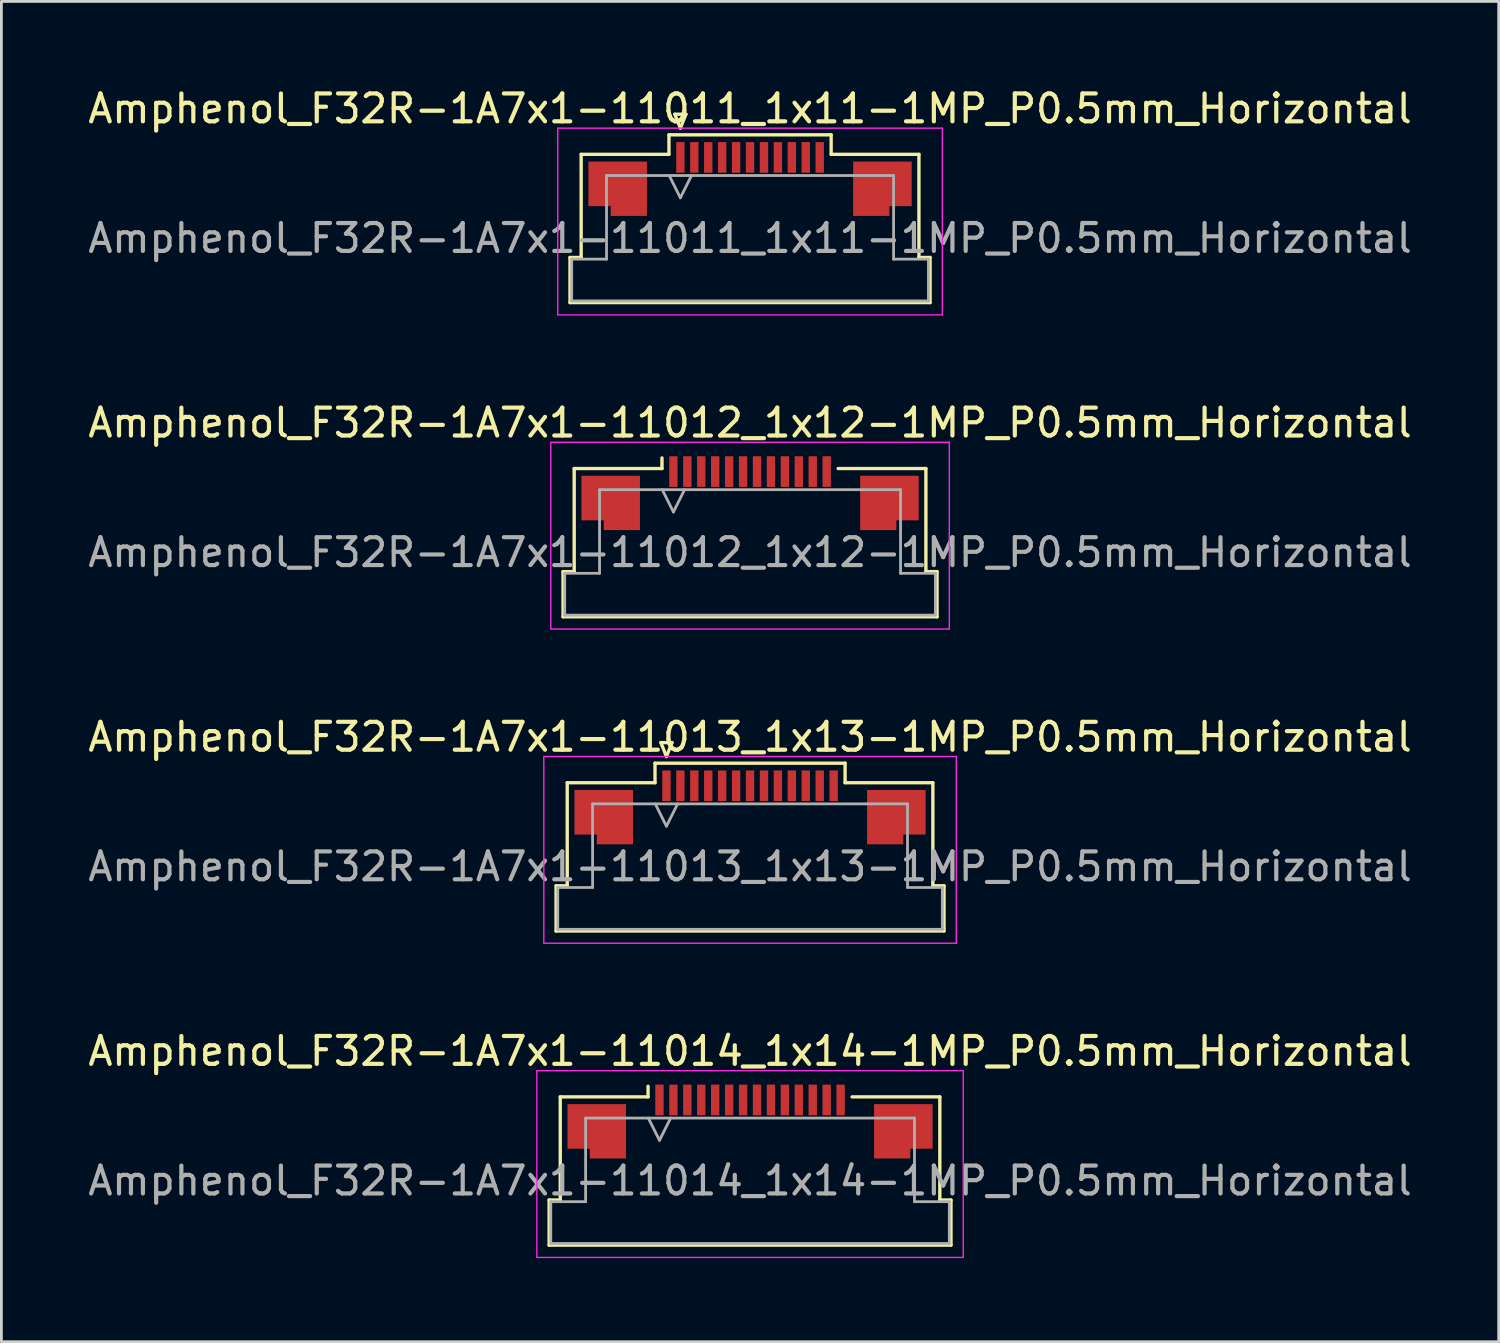
<source format=kicad_pcb>
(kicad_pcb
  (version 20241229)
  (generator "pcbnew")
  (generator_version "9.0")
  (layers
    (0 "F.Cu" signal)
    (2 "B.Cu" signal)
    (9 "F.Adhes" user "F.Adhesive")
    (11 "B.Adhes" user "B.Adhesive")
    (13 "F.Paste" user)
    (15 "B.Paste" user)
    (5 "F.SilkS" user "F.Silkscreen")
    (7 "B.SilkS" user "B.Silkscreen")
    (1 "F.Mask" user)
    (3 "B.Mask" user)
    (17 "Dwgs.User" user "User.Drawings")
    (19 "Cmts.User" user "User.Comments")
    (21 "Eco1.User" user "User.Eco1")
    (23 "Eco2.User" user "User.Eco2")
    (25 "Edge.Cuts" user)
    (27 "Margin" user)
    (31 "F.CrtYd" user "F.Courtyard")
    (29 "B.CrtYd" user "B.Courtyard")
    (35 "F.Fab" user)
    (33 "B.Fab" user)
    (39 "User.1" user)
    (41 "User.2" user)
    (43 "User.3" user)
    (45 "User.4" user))
  (footprint "Amphenol_F32R-1A7x1-11012_1x12-1MP_P0.5mm_Horizontal"
    (layer "F.Cu")
    (at 23.863 16.771)
    (property "Reference" "Amphenol_F32R-1A7x1-11012_1x12-1MP_P0.5mm_Horizontal" (at 0 -4.65 0) (layer "F.SilkS") (effects (font (size 1 1) (thickness 0.15))))
    (attr smd)
    (fp_line (start -6.71 0.69) (end -6.31 0.69) (stroke (width 0.12) (type solid)) (layer "F.SilkS"))
    (fp_line (start -6.71 2.31) (end -6.71 0.69) (stroke (width 0.12) (type solid)) (layer "F.SilkS"))
    (fp_line (start -6.31 -3.01) (end -3.16 -3.01) (stroke (width 0.12) (type solid)) (layer "F.SilkS"))
    (fp_line (start -6.31 0.69) (end -6.31 -3.01) (stroke (width 0.12) (type solid)) (layer "F.SilkS"))
    (fp_line (start -3.16 -3.01) (end -3.16 -3.39) (stroke (width 0.12) (type solid)) (layer "F.SilkS"))
    (fp_line (start 3.16 -3.01) (end 6.31 -3.01) (stroke (width 0.12) (type solid)) (layer "F.SilkS"))
    (fp_line (start 6.31 -3.01) (end 6.31 0.69) (stroke (width 0.12) (type solid)) (layer "F.SilkS"))
    (fp_line (start 6.31 0.69) (end 6.71 0.69) (stroke (width 0.12) (type solid)) (layer "F.SilkS"))
    (fp_line (start 6.71 0.69) (end 6.71 2.31) (stroke (width 0.12) (type solid)) (layer "F.SilkS"))
    (fp_line (start 6.71 2.31) (end -6.71 2.31) (stroke (width 0.12) (type solid)) (layer "F.SilkS"))
    (fp_line (start -7.15 -3.95) (end -7.15 2.75) (stroke (width 0.05) (type solid)) (layer "F.CrtYd"))
    (fp_line (start -7.15 2.75) (end 7.15 2.75) (stroke (width 0.05) (type solid)) (layer "F.CrtYd"))
    (fp_line (start 7.15 -3.95) (end -7.15 -3.95) (stroke (width 0.05) (type solid)) (layer "F.CrtYd"))
    (fp_line (start 7.15 2.75) (end 7.15 -3.95) (stroke (width 0.05) (type solid)) (layer "F.CrtYd"))
    (fp_line (start -6.65 0.75) (end -5.4 0.75) (stroke (width 0.1) (type solid)) (layer "F.Fab"))
    (fp_line (start -6.65 2.25) (end -6.65 0.75) (stroke (width 0.1) (type solid)) (layer "F.Fab"))
    (fp_line (start -5.4 -2.25) (end 5.4 -2.25) (stroke (width 0.1) (type solid)) (layer "F.Fab"))
    (fp_line (start -5.4 0.75) (end -5.4 -2.25) (stroke (width 0.1) (type solid)) (layer "F.Fab"))
    (fp_line (start -3.15 -2.25) (end -2.75 -1.45) (stroke (width 0.1) (type solid)) (layer "F.Fab"))
    (fp_line (start -2.75 -1.45) (end -2.35 -2.25) (stroke (width 0.1) (type solid)) (layer "F.Fab"))
    (fp_line (start 5.4 -2.25) (end 5.4 0.75) (stroke (width 0.1) (type solid)) (layer "F.Fab"))
    (fp_line (start 5.4 0.75) (end 6.65 0.75) (stroke (width 0.1) (type solid)) (layer "F.Fab"))
    (fp_line (start 6.65 0.75) (end 6.65 2.25) (stroke (width 0.1) (type solid)) (layer "F.Fab"))
    (fp_line (start 6.65 2.25) (end -6.65 2.25) (stroke (width 0.1) (type solid)) (layer "F.Fab"))
    (fp_text user "${REFERENCE}" (at 0 0 0) (layer "F.Fab") (effects (font (size 1 1) (thickness 0.15))))
    (pad "1" smd rect (at -2.75 -2.9) (size 0.3 1.1) (layers "F.Cu" "F.Mask" "F.Paste"))
    (pad "2" smd rect (at -2.25 -2.9) (size 0.3 1.1) (layers "F.Cu" "F.Mask" "F.Paste"))
    (pad "3" smd rect (at -1.75 -2.9) (size 0.3 1.1) (layers "F.Cu" "F.Mask" "F.Paste"))
    (pad "4" smd rect (at -1.25 -2.9) (size 0.3 1.1) (layers "F.Cu" "F.Mask" "F.Paste"))
    (pad "5" smd rect (at -0.75 -2.9) (size 0.3 1.1) (layers "F.Cu" "F.Mask" "F.Paste"))
    (pad "6" smd rect (at -0.25 -2.9) (size 0.3 1.1) (layers "F.Cu" "F.Mask" "F.Paste"))
    (pad "7" smd rect (at 0.25 -2.9) (size 0.3 1.1) (layers "F.Cu" "F.Mask" "F.Paste"))
    (pad "8" smd rect (at 0.75 -2.9) (size 0.3 1.1) (layers "F.Cu" "F.Mask" "F.Paste"))
    (pad "9" smd rect (at 1.25 -2.9) (size 0.3 1.1) (layers "F.Cu" "F.Mask" "F.Paste"))
    (pad "10" smd rect (at 1.75 -2.9) (size 0.3 1.1) (layers "F.Cu" "F.Mask" "F.Paste"))
    (pad "11" smd rect (at 2.25 -2.9) (size 0.3 1.1) (layers "F.Cu" "F.Mask" "F.Paste"))
    (pad "12" smd rect (at 2.75 -2.9) (size 0.3 1.1) (layers "F.Cu" "F.Mask" "F.Paste"))
    (pad "MP" smd custom (at -5 -1.775) (size 1 1) (layers "F.Cu" "F.Mask" "F.Paste") (options (anchor circle)) (primitives (gr_poly (pts (xy 1.05 -0.975) (xy 1.05 0.975) (xy -0.25 0.975) (xy -0.25 0.625) (xy -1.05 0.625) (xy -1.05 -0.975) (xy 1.05 -0.975)) (width 0) (fill yes))))
    (pad "MP" smd custom (at 5 -1.775) (size 1 1) (layers "F.Cu" "F.Mask" "F.Paste") (options (anchor circle)) (primitives (gr_poly (pts (xy -1.05 -0.975) (xy -1.05 0.975) (xy 0.25 0.975) (xy 0.25 0.625) (xy 1.05 0.625) (xy 1.05 -0.975) (xy -1.05 -0.975)) (width 0) (fill yes)))))
  (footprint "Amphenol_F32R-1A7x1-11011_1x11-1MP_P0.5mm_Horizontal"
    (layer "F.Cu")
    (at 23.863 5.498)
    (property "Reference" "Amphenol_F32R-1A7x1-11011_1x11-1MP_P0.5mm_Horizontal" (at 0 -4.65 0) (layer "F.SilkS") (effects (font (size 1 1) (thickness 0.15))))
    (attr smd)
    (fp_line (start -6.46 0.69) (end -6.06 0.69) (stroke (width 0.12) (type solid)) (layer "F.SilkS"))
    (fp_line (start -6.46 2.31) (end -6.46 0.69) (stroke (width 0.12) (type solid)) (layer "F.SilkS"))
    (fp_line (start -6.06 -3.01) (end -2.91 -3.01) (stroke (width 0.12) (type solid)) (layer "F.SilkS"))
    (fp_line (start -6.06 0.69) (end -6.06 -3.01) (stroke (width 0.12) (type solid)) (layer "F.SilkS"))
    (fp_line (start -2.91 -3.71) (end 2.91 -3.71) (stroke (width 0.12) (type solid)) (layer "F.SilkS"))
    (fp_line (start -2.91 -3.01) (end -2.91 -3.71) (stroke (width 0.12) (type solid)) (layer "F.SilkS"))
    (fp_line (start -2.7 -4.45) (end -2.5 -3.95) (stroke (width 0.12) (type solid)) (layer "F.SilkS"))
    (fp_line (start -2.5 -3.95) (end -2.3 -4.45) (stroke (width 0.12) (type solid)) (layer "F.SilkS"))
    (fp_line (start -2.3 -4.45) (end -2.7 -4.45) (stroke (width 0.12) (type solid)) (layer "F.SilkS"))
    (fp_line (start 2.91 -3.71) (end 2.91 -3.01) (stroke (width 0.12) (type solid)) (layer "F.SilkS"))
    (fp_line (start 2.91 -3.01) (end 6.06 -3.01) (stroke (width 0.12) (type solid)) (layer "F.SilkS"))
    (fp_line (start 6.06 -3.01) (end 6.06 0.69) (stroke (width 0.12) (type solid)) (layer "F.SilkS"))
    (fp_line (start 6.06 0.69) (end 6.46 0.69) (stroke (width 0.12) (type solid)) (layer "F.SilkS"))
    (fp_line (start 6.46 0.69) (end 6.46 2.31) (stroke (width 0.12) (type solid)) (layer "F.SilkS"))
    (fp_line (start 6.46 2.31) (end -6.46 2.31) (stroke (width 0.12) (type solid)) (layer "F.SilkS"))
    (fp_line (start -6.9 -3.95) (end -6.9 2.75) (stroke (width 0.05) (type solid)) (layer "F.CrtYd"))
    (fp_line (start -6.9 2.75) (end 6.9 2.75) (stroke (width 0.05) (type solid)) (layer "F.CrtYd"))
    (fp_line (start 6.9 -3.95) (end -6.9 -3.95) (stroke (width 0.05) (type solid)) (layer "F.CrtYd"))
    (fp_line (start 6.9 2.75) (end 6.9 -3.95) (stroke (width 0.05) (type solid)) (layer "F.CrtYd"))
    (fp_line (start -6.4 0.75) (end -5.15 0.75) (stroke (width 0.1) (type solid)) (layer "F.Fab"))
    (fp_line (start -6.4 2.25) (end -6.4 0.75) (stroke (width 0.1) (type solid)) (layer "F.Fab"))
    (fp_line (start -5.15 -2.25) (end 5.15 -2.25) (stroke (width 0.1) (type solid)) (layer "F.Fab"))
    (fp_line (start -5.15 0.75) (end -5.15 -2.25) (stroke (width 0.1) (type solid)) (layer "F.Fab"))
    (fp_line (start -2.9 -2.25) (end -2.5 -1.45) (stroke (width 0.1) (type solid)) (layer "F.Fab"))
    (fp_line (start -2.5 -1.45) (end -2.1 -2.25) (stroke (width 0.1) (type solid)) (layer "F.Fab"))
    (fp_line (start 5.15 -2.25) (end 5.15 0.75) (stroke (width 0.1) (type solid)) (layer "F.Fab"))
    (fp_line (start 5.15 0.75) (end 6.4 0.75) (stroke (width 0.1) (type solid)) (layer "F.Fab"))
    (fp_line (start 6.4 0.75) (end 6.4 2.25) (stroke (width 0.1) (type solid)) (layer "F.Fab"))
    (fp_line (start 6.4 2.25) (end -6.4 2.25) (stroke (width 0.1) (type solid)) (layer "F.Fab"))
    (fp_text user "${REFERENCE}" (at 0 0 0) (layer "F.Fab") (effects (font (size 1 1) (thickness 0.15))))
    (pad "1" smd rect (at -2.5 -2.9) (size 0.3 1.1) (layers "F.Cu" "F.Mask" "F.Paste"))
    (pad "2" smd rect (at -2 -2.9) (size 0.3 1.1) (layers "F.Cu" "F.Mask" "F.Paste"))
    (pad "3" smd rect (at -1.5 -2.9) (size 0.3 1.1) (layers "F.Cu" "F.Mask" "F.Paste"))
    (pad "4" smd rect (at -1 -2.9) (size 0.3 1.1) (layers "F.Cu" "F.Mask" "F.Paste"))
    (pad "5" smd rect (at -0.5 -2.9) (size 0.3 1.1) (layers "F.Cu" "F.Mask" "F.Paste"))
    (pad "6" smd rect (at 0 -2.9) (size 0.3 1.1) (layers "F.Cu" "F.Mask" "F.Paste"))
    (pad "7" smd rect (at 0.5 -2.9) (size 0.3 1.1) (layers "F.Cu" "F.Mask" "F.Paste"))
    (pad "8" smd rect (at 1 -2.9) (size 0.3 1.1) (layers "F.Cu" "F.Mask" "F.Paste"))
    (pad "9" smd rect (at 1.5 -2.9) (size 0.3 1.1) (layers "F.Cu" "F.Mask" "F.Paste"))
    (pad "10" smd rect (at 2 -2.9) (size 0.3 1.1) (layers "F.Cu" "F.Mask" "F.Paste"))
    (pad "11" smd rect (at 2.5 -2.9) (size 0.3 1.1) (layers "F.Cu" "F.Mask" "F.Paste"))
    (pad "MP" smd custom (at -4.75 -1.775) (size 1 1) (layers "F.Cu" "F.Mask" "F.Paste") (options (anchor circle)) (primitives (gr_poly (pts (xy 1.05 -0.975) (xy 1.05 0.975) (xy -0.25 0.975) (xy -0.25 0.625) (xy -1.05 0.625) (xy -1.05 -0.975) (xy 1.05 -0.975)) (width 0) (fill yes))))
    (pad "MP" smd custom (at 4.75 -1.775) (size 1 1) (layers "F.Cu" "F.Mask" "F.Paste") (options (anchor circle)) (primitives (gr_poly (pts (xy -1.05 -0.975) (xy -1.05 0.975) (xy 0.25 0.975) (xy 0.25 0.625) (xy 1.05 0.625) (xy 1.05 -0.975) (xy -1.05 -0.975)) (width 0) (fill yes)))))
  (footprint "Amphenol_F32R-1A7x1-11014_1x14-1MP_P0.5mm_Horizontal"
    (layer "F.Cu")
    (at 23.863 39.318)
    (property "Reference" "Amphenol_F32R-1A7x1-11014_1x14-1MP_P0.5mm_Horizontal" (at 0 -4.65 0) (layer "F.SilkS") (effects (font (size 1 1) (thickness 0.15))))
    (attr smd)
    (fp_line (start -7.21 0.69) (end -6.81 0.69) (stroke (width 0.12) (type solid)) (layer "F.SilkS"))
    (fp_line (start -7.21 2.31) (end -7.21 0.69) (stroke (width 0.12) (type solid)) (layer "F.SilkS"))
    (fp_line (start -6.81 -3.01) (end -3.66 -3.01) (stroke (width 0.12) (type solid)) (layer "F.SilkS"))
    (fp_line (start -6.81 0.69) (end -6.81 -3.01) (stroke (width 0.12) (type solid)) (layer "F.SilkS"))
    (fp_line (start -3.66 -3.01) (end -3.66 -3.39) (stroke (width 0.12) (type solid)) (layer "F.SilkS"))
    (fp_line (start 3.66 -3.01) (end 6.81 -3.01) (stroke (width 0.12) (type solid)) (layer "F.SilkS"))
    (fp_line (start 6.81 -3.01) (end 6.81 0.69) (stroke (width 0.12) (type solid)) (layer "F.SilkS"))
    (fp_line (start 6.81 0.69) (end 7.21 0.69) (stroke (width 0.12) (type solid)) (layer "F.SilkS"))
    (fp_line (start 7.21 0.69) (end 7.21 2.31) (stroke (width 0.12) (type solid)) (layer "F.SilkS"))
    (fp_line (start 7.21 2.31) (end -7.21 2.31) (stroke (width 0.12) (type solid)) (layer "F.SilkS"))
    (fp_line (start -7.65 -3.95) (end -7.65 2.75) (stroke (width 0.05) (type solid)) (layer "F.CrtYd"))
    (fp_line (start -7.65 2.75) (end 7.65 2.75) (stroke (width 0.05) (type solid)) (layer "F.CrtYd"))
    (fp_line (start 7.65 -3.95) (end -7.65 -3.95) (stroke (width 0.05) (type solid)) (layer "F.CrtYd"))
    (fp_line (start 7.65 2.75) (end 7.65 -3.95) (stroke (width 0.05) (type solid)) (layer "F.CrtYd"))
    (fp_line (start -7.15 0.75) (end -5.9 0.75) (stroke (width 0.1) (type solid)) (layer "F.Fab"))
    (fp_line (start -7.15 2.25) (end -7.15 0.75) (stroke (width 0.1) (type solid)) (layer "F.Fab"))
    (fp_line (start -5.9 -2.25) (end 5.9 -2.25) (stroke (width 0.1) (type solid)) (layer "F.Fab"))
    (fp_line (start -5.9 0.75) (end -5.9 -2.25) (stroke (width 0.1) (type solid)) (layer "F.Fab"))
    (fp_line (start -3.65 -2.25) (end -3.25 -1.45) (stroke (width 0.1) (type solid)) (layer "F.Fab"))
    (fp_line (start -3.25 -1.45) (end -2.85 -2.25) (stroke (width 0.1) (type solid)) (layer "F.Fab"))
    (fp_line (start 5.9 -2.25) (end 5.9 0.75) (stroke (width 0.1) (type solid)) (layer "F.Fab"))
    (fp_line (start 5.9 0.75) (end 7.15 0.75) (stroke (width 0.1) (type solid)) (layer "F.Fab"))
    (fp_line (start 7.15 0.75) (end 7.15 2.25) (stroke (width 0.1) (type solid)) (layer "F.Fab"))
    (fp_line (start 7.15 2.25) (end -7.15 2.25) (stroke (width 0.1) (type solid)) (layer "F.Fab"))
    (fp_text user "${REFERENCE}" (at 0 0 0) (layer "F.Fab") (effects (font (size 1 1) (thickness 0.15))))
    (pad "1" smd rect (at -3.25 -2.9) (size 0.3 1.1) (layers "F.Cu" "F.Mask" "F.Paste"))
    (pad "2" smd rect (at -2.75 -2.9) (size 0.3 1.1) (layers "F.Cu" "F.Mask" "F.Paste"))
    (pad "3" smd rect (at -2.25 -2.9) (size 0.3 1.1) (layers "F.Cu" "F.Mask" "F.Paste"))
    (pad "4" smd rect (at -1.75 -2.9) (size 0.3 1.1) (layers "F.Cu" "F.Mask" "F.Paste"))
    (pad "5" smd rect (at -1.25 -2.9) (size 0.3 1.1) (layers "F.Cu" "F.Mask" "F.Paste"))
    (pad "6" smd rect (at -0.75 -2.9) (size 0.3 1.1) (layers "F.Cu" "F.Mask" "F.Paste"))
    (pad "7" smd rect (at -0.25 -2.9) (size 0.3 1.1) (layers "F.Cu" "F.Mask" "F.Paste"))
    (pad "8" smd rect (at 0.25 -2.9) (size 0.3 1.1) (layers "F.Cu" "F.Mask" "F.Paste"))
    (pad "9" smd rect (at 0.75 -2.9) (size 0.3 1.1) (layers "F.Cu" "F.Mask" "F.Paste"))
    (pad "10" smd rect (at 1.25 -2.9) (size 0.3 1.1) (layers "F.Cu" "F.Mask" "F.Paste"))
    (pad "11" smd rect (at 1.75 -2.9) (size 0.3 1.1) (layers "F.Cu" "F.Mask" "F.Paste"))
    (pad "12" smd rect (at 2.25 -2.9) (size 0.3 1.1) (layers "F.Cu" "F.Mask" "F.Paste"))
    (pad "13" smd rect (at 2.75 -2.9) (size 0.3 1.1) (layers "F.Cu" "F.Mask" "F.Paste"))
    (pad "14" smd rect (at 3.25 -2.9) (size 0.3 1.1) (layers "F.Cu" "F.Mask" "F.Paste"))
    (pad "MP" smd custom (at -5.5 -1.775) (size 1 1) (layers "F.Cu" "F.Mask" "F.Paste") (options (anchor circle)) (primitives (gr_poly (pts (xy 1.05 -0.975) (xy 1.05 0.975) (xy -0.25 0.975) (xy -0.25 0.625) (xy -1.05 0.625) (xy -1.05 -0.975) (xy 1.05 -0.975)) (width 0) (fill yes))))
    (pad "MP" smd custom (at 5.5 -1.775) (size 1 1) (layers "F.Cu" "F.Mask" "F.Paste") (options (anchor circle)) (primitives (gr_poly (pts (xy -1.05 -0.975) (xy -1.05 0.975) (xy 0.25 0.975) (xy 0.25 0.625) (xy 1.05 0.625) (xy 1.05 -0.975) (xy -1.05 -0.975)) (width 0) (fill yes)))))
  (footprint "Amphenol_F32R-1A7x1-11013_1x13-1MP_P0.5mm_Horizontal"
    (layer "F.Cu")
    (at 23.863 28.045)
    (property "Reference" "Amphenol_F32R-1A7x1-11013_1x13-1MP_P0.5mm_Horizontal" (at 0 -4.65 0) (layer "F.SilkS") (effects (font (size 1 1) (thickness 0.15))))
    (attr smd)
    (fp_line (start -6.96 0.69) (end -6.56 0.69) (stroke (width 0.12) (type solid)) (layer "F.SilkS"))
    (fp_line (start -6.96 2.31) (end -6.96 0.69) (stroke (width 0.12) (type solid)) (layer "F.SilkS"))
    (fp_line (start -6.56 -3.01) (end -3.41 -3.01) (stroke (width 0.12) (type solid)) (layer "F.SilkS"))
    (fp_line (start -6.56 0.69) (end -6.56 -3.01) (stroke (width 0.12) (type solid)) (layer "F.SilkS"))
    (fp_line (start -3.41 -3.71) (end 3.41 -3.71) (stroke (width 0.12) (type solid)) (layer "F.SilkS"))
    (fp_line (start -3.41 -3.01) (end -3.41 -3.71) (stroke (width 0.12) (type solid)) (layer "F.SilkS"))
    (fp_line (start -3.2 -4.45) (end -3 -3.95) (stroke (width 0.12) (type solid)) (layer "F.SilkS"))
    (fp_line (start -3 -3.95) (end -2.8 -4.45) (stroke (width 0.12) (type solid)) (layer "F.SilkS"))
    (fp_line (start -2.8 -4.45) (end -3.2 -4.45) (stroke (width 0.12) (type solid)) (layer "F.SilkS"))
    (fp_line (start 3.41 -3.71) (end 3.41 -3.01) (stroke (width 0.12) (type solid)) (layer "F.SilkS"))
    (fp_line (start 3.41 -3.01) (end 6.56 -3.01) (stroke (width 0.12) (type solid)) (layer "F.SilkS"))
    (fp_line (start 6.56 -3.01) (end 6.56 0.69) (stroke (width 0.12) (type solid)) (layer "F.SilkS"))
    (fp_line (start 6.56 0.69) (end 6.96 0.69) (stroke (width 0.12) (type solid)) (layer "F.SilkS"))
    (fp_line (start 6.96 0.69) (end 6.96 2.31) (stroke (width 0.12) (type solid)) (layer "F.SilkS"))
    (fp_line (start 6.96 2.31) (end -6.96 2.31) (stroke (width 0.12) (type solid)) (layer "F.SilkS"))
    (fp_line (start -7.4 -3.95) (end -7.4 2.75) (stroke (width 0.05) (type solid)) (layer "F.CrtYd"))
    (fp_line (start -7.4 2.75) (end 7.4 2.75) (stroke (width 0.05) (type solid)) (layer "F.CrtYd"))
    (fp_line (start 7.4 -3.95) (end -7.4 -3.95) (stroke (width 0.05) (type solid)) (layer "F.CrtYd"))
    (fp_line (start 7.4 2.75) (end 7.4 -3.95) (stroke (width 0.05) (type solid)) (layer "F.CrtYd"))
    (fp_line (start -6.9 0.75) (end -5.65 0.75) (stroke (width 0.1) (type solid)) (layer "F.Fab"))
    (fp_line (start -6.9 2.25) (end -6.9 0.75) (stroke (width 0.1) (type solid)) (layer "F.Fab"))
    (fp_line (start -5.65 -2.25) (end 5.65 -2.25) (stroke (width 0.1) (type solid)) (layer "F.Fab"))
    (fp_line (start -5.65 0.75) (end -5.65 -2.25) (stroke (width 0.1) (type solid)) (layer "F.Fab"))
    (fp_line (start -3.4 -2.25) (end -3 -1.45) (stroke (width 0.1) (type solid)) (layer "F.Fab"))
    (fp_line (start -3 -1.45) (end -2.6 -2.25) (stroke (width 0.1) (type solid)) (layer "F.Fab"))
    (fp_line (start 5.65 -2.25) (end 5.65 0.75) (stroke (width 0.1) (type solid)) (layer "F.Fab"))
    (fp_line (start 5.65 0.75) (end 6.9 0.75) (stroke (width 0.1) (type solid)) (layer "F.Fab"))
    (fp_line (start 6.9 0.75) (end 6.9 2.25) (stroke (width 0.1) (type solid)) (layer "F.Fab"))
    (fp_line (start 6.9 2.25) (end -6.9 2.25) (stroke (width 0.1) (type solid)) (layer "F.Fab"))
    (fp_text user "${REFERENCE}" (at 0 0 0) (layer "F.Fab") (effects (font (size 1 1) (thickness 0.15))))
    (pad "1" smd rect (at -3 -2.9) (size 0.3 1.1) (layers "F.Cu" "F.Mask" "F.Paste"))
    (pad "2" smd rect (at -2.5 -2.9) (size 0.3 1.1) (layers "F.Cu" "F.Mask" "F.Paste"))
    (pad "3" smd rect (at -2 -2.9) (size 0.3 1.1) (layers "F.Cu" "F.Mask" "F.Paste"))
    (pad "4" smd rect (at -1.5 -2.9) (size 0.3 1.1) (layers "F.Cu" "F.Mask" "F.Paste"))
    (pad "5" smd rect (at -1 -2.9) (size 0.3 1.1) (layers "F.Cu" "F.Mask" "F.Paste"))
    (pad "6" smd rect (at -0.5 -2.9) (size 0.3 1.1) (layers "F.Cu" "F.Mask" "F.Paste"))
    (pad "7" smd rect (at 0 -2.9) (size 0.3 1.1) (layers "F.Cu" "F.Mask" "F.Paste"))
    (pad "8" smd rect (at 0.5 -2.9) (size 0.3 1.1) (layers "F.Cu" "F.Mask" "F.Paste"))
    (pad "9" smd rect (at 1 -2.9) (size 0.3 1.1) (layers "F.Cu" "F.Mask" "F.Paste"))
    (pad "10" smd rect (at 1.5 -2.9) (size 0.3 1.1) (layers "F.Cu" "F.Mask" "F.Paste"))
    (pad "11" smd rect (at 2 -2.9) (size 0.3 1.1) (layers "F.Cu" "F.Mask" "F.Paste"))
    (pad "12" smd rect (at 2.5 -2.9) (size 0.3 1.1) (layers "F.Cu" "F.Mask" "F.Paste"))
    (pad "13" smd rect (at 3 -2.9) (size 0.3 1.1) (layers "F.Cu" "F.Mask" "F.Paste"))
    (pad "MP" smd custom (at -5.25 -1.775) (size 1 1) (layers "F.Cu" "F.Mask" "F.Paste") (options (anchor circle)) (primitives (gr_poly (pts (xy 1.05 -0.975) (xy 1.05 0.975) (xy -0.25 0.975) (xy -0.25 0.625) (xy -1.05 0.625) (xy -1.05 -0.975) (xy 1.05 -0.975)) (width 0) (fill yes))))
    (pad "MP" smd custom (at 5.25 -1.775) (size 1 1) (layers "F.Cu" "F.Mask" "F.Paste") (options (anchor circle)) (primitives (gr_poly (pts (xy -1.05 -0.975) (xy -1.05 0.975) (xy 0.25 0.975) (xy 0.25 0.625) (xy 1.05 0.625) (xy 1.05 -0.975) (xy -1.05 -0.975)) (width 0) (fill yes)))))
  (gr_rect
    (start -3 -3)
    (end 50.726 45.093)
    (stroke (width 0.1) (type default))
    (fill no)
    (layer "Edge.Cuts")))
</source>
